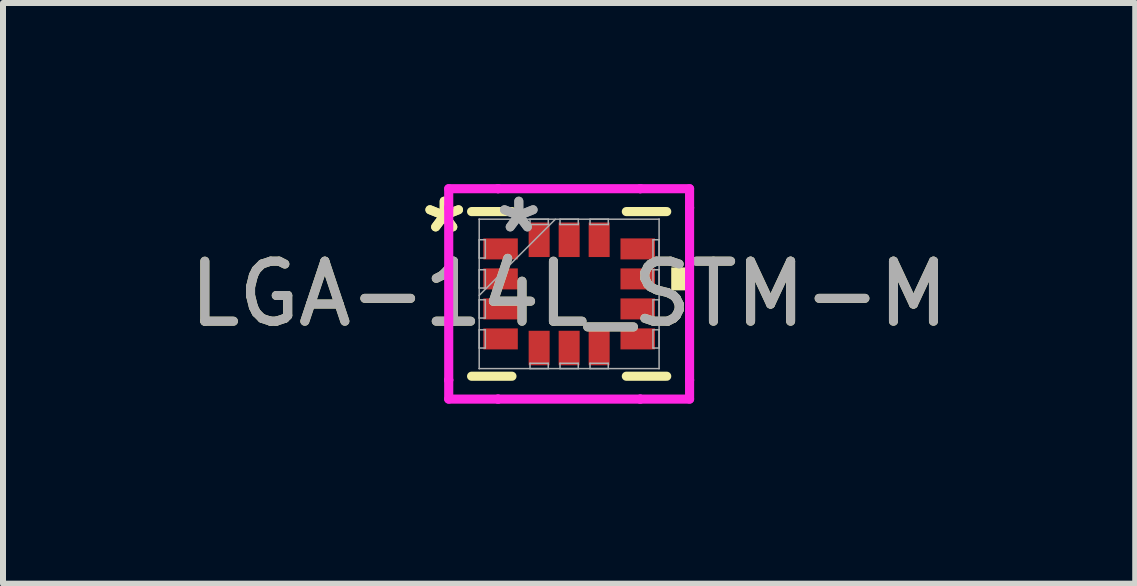
<source format=kicad_pcb>
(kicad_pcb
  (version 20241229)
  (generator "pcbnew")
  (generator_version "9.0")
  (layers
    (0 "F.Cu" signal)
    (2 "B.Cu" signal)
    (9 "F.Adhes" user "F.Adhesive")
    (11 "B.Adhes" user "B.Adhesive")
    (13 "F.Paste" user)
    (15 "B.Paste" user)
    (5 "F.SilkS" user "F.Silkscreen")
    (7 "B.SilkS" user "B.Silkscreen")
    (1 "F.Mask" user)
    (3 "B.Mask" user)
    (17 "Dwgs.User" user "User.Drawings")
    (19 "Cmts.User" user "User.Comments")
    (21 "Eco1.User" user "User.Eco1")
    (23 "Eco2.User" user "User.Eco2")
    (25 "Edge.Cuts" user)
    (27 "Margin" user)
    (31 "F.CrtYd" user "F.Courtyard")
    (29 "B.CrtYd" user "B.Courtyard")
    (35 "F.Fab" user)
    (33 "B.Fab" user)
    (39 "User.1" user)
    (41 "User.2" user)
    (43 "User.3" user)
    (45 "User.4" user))
  (footprint "LGA-14L_STM-M"
    (layer "F.Cu")
    (at 6.435 1.848)
    (property "Reference" "LGA-14L_STM-M" (at 0 0 0) (unlocked yes) (layer "F.SilkS") (effects (font (size 1 1) (thickness 0.15))))
    (attr smd)
    (fp_line (start -1.626 1.372) (end -0.953 1.372) (stroke (width 0.152) (type solid)) (layer "F.SilkS"))
    (fp_line (start -0.953 -1.372) (end -1.626 -1.372) (stroke (width 0.152) (type solid)) (layer "F.SilkS"))
    (fp_line (start 0.953 1.372) (end 1.626 1.372) (stroke (width 0.152) (type solid)) (layer "F.SilkS"))
    (fp_line (start 1.626 -1.372) (end 0.953 -1.372) (stroke (width 0.152) (type solid)) (layer "F.SilkS"))
    (fp_poly (pts (xy 1.955 -0.441) (xy 1.955 -0.059) (xy 1.701 -0.059) (xy 1.701 -0.441)) (stroke (width 0) (type solid)) (fill yes) (layer "F.SilkS"))
    (fp_line (start -2.007 -1.753) (end -1.185 -1.753) (stroke (width 0.152) (type solid)) (layer "F.CrtYd"))
    (fp_line (start -2.007 -1.435) (end -2.007 -1.753) (stroke (width 0.152) (type solid)) (layer "F.CrtYd"))
    (fp_line (start -2.007 -1.435) (end -2.007 -1.435) (stroke (width 0.152) (type solid)) (layer "F.CrtYd"))
    (fp_line (start -2.007 1.435) (end -2.007 -1.435) (stroke (width 0.152) (type solid)) (layer "F.CrtYd"))
    (fp_line (start -2.007 1.435) (end -2.007 1.435) (stroke (width 0.152) (type solid)) (layer "F.CrtYd"))
    (fp_line (start -2.007 1.753) (end -2.007 1.435) (stroke (width 0.152) (type solid)) (layer "F.CrtYd"))
    (fp_line (start -1.185 -1.753) (end -1.185 -1.753) (stroke (width 0.152) (type solid)) (layer "F.CrtYd"))
    (fp_line (start -1.185 -1.753) (end 1.185 -1.753) (stroke (width 0.152) (type solid)) (layer "F.CrtYd"))
    (fp_line (start -1.185 1.753) (end -2.007 1.753) (stroke (width 0.152) (type solid)) (layer "F.CrtYd"))
    (fp_line (start -1.185 1.753) (end -1.185 1.753) (stroke (width 0.152) (type solid)) (layer "F.CrtYd"))
    (fp_line (start 1.185 -1.753) (end 1.185 -1.753) (stroke (width 0.152) (type solid)) (layer "F.CrtYd"))
    (fp_line (start 1.185 -1.753) (end 2.007 -1.753) (stroke (width 0.152) (type solid)) (layer "F.CrtYd"))
    (fp_line (start 1.185 1.753) (end -1.185 1.753) (stroke (width 0.152) (type solid)) (layer "F.CrtYd"))
    (fp_line (start 1.185 1.753) (end 1.185 1.753) (stroke (width 0.152) (type solid)) (layer "F.CrtYd"))
    (fp_line (start 2.007 -1.753) (end 2.007 -1.435) (stroke (width 0.152) (type solid)) (layer "F.CrtYd"))
    (fp_line (start 2.007 -1.435) (end 2.007 -1.435) (stroke (width 0.152) (type solid)) (layer "F.CrtYd"))
    (fp_line (start 2.007 -1.435) (end 2.007 1.435) (stroke (width 0.152) (type solid)) (layer "F.CrtYd"))
    (fp_line (start 2.007 1.435) (end 2.007 1.435) (stroke (width 0.152) (type solid)) (layer "F.CrtYd"))
    (fp_line (start 2.007 1.435) (end 2.007 1.753) (stroke (width 0.152) (type solid)) (layer "F.CrtYd"))
    (fp_line (start 2.007 1.753) (end 1.185 1.753) (stroke (width 0.152) (type solid)) (layer "F.CrtYd"))
    (fp_line (start -1.499 -1.245) (end -1.499 -1.245) (stroke (width 0.025) (type solid)) (layer "F.Fab"))
    (fp_line (start -1.499 -1.245) (end -1.499 1.245) (stroke (width 0.025) (type solid)) (layer "F.Fab"))
    (fp_line (start -1.499 -0.902) (end -1.397 -0.902) (stroke (width 0.025) (type solid)) (layer "F.Fab"))
    (fp_line (start -1.499 -0.598) (end -1.499 -0.902) (stroke (width 0.025) (type solid)) (layer "F.Fab"))
    (fp_line (start -1.499 -0.402) (end -1.397 -0.402) (stroke (width 0.025) (type solid)) (layer "F.Fab"))
    (fp_line (start -1.499 -0.098) (end -1.499 -0.402) (stroke (width 0.025) (type solid)) (layer "F.Fab"))
    (fp_line (start -1.499 0.025) (end -0.229 -1.245) (stroke (width 0.025) (type solid)) (layer "F.Fab"))
    (fp_line (start -1.499 0.098) (end -1.397 0.098) (stroke (width 0.025) (type solid)) (layer "F.Fab"))
    (fp_line (start -1.499 0.402) (end -1.499 0.098) (stroke (width 0.025) (type solid)) (layer "F.Fab"))
    (fp_line (start -1.499 0.598) (end -1.397 0.598) (stroke (width 0.025) (type solid)) (layer "F.Fab"))
    (fp_line (start -1.499 0.902) (end -1.499 0.598) (stroke (width 0.025) (type solid)) (layer "F.Fab"))
    (fp_line (start -1.499 1.245) (end -1.499 1.245) (stroke (width 0.025) (type solid)) (layer "F.Fab"))
    (fp_line (start -1.499 1.245) (end 1.499 1.245) (stroke (width 0.025) (type solid)) (layer "F.Fab"))
    (fp_line (start -1.397 -0.902) (end -1.397 -0.598) (stroke (width 0.025) (type solid)) (layer "F.Fab"))
    (fp_line (start -1.397 -0.598) (end -1.499 -0.598) (stroke (width 0.025) (type solid)) (layer "F.Fab"))
    (fp_line (start -1.397 -0.402) (end -1.397 -0.098) (stroke (width 0.025) (type solid)) (layer "F.Fab"))
    (fp_line (start -1.397 -0.098) (end -1.499 -0.098) (stroke (width 0.025) (type solid)) (layer "F.Fab"))
    (fp_line (start -1.397 0.098) (end -1.397 0.402) (stroke (width 0.025) (type solid)) (layer "F.Fab"))
    (fp_line (start -1.397 0.402) (end -1.499 0.402) (stroke (width 0.025) (type solid)) (layer "F.Fab"))
    (fp_line (start -1.397 0.598) (end -1.397 0.902) (stroke (width 0.025) (type solid)) (layer "F.Fab"))
    (fp_line (start -1.397 0.902) (end -1.499 0.902) (stroke (width 0.025) (type solid)) (layer "F.Fab"))
    (fp_line (start -0.652 -1.245) (end -0.348 -1.245) (stroke (width 0.025) (type solid)) (layer "F.Fab"))
    (fp_line (start -0.652 -1.156) (end -0.652 -1.245) (stroke (width 0.025) (type solid)) (layer "F.Fab"))
    (fp_line (start -0.652 1.156) (end -0.348 1.156) (stroke (width 0.025) (type solid)) (layer "F.Fab"))
    (fp_line (start -0.652 1.245) (end -0.652 1.156) (stroke (width 0.025) (type solid)) (layer "F.Fab"))
    (fp_line (start -0.348 -1.245) (end -0.348 -1.156) (stroke (width 0.025) (type solid)) (layer "F.Fab"))
    (fp_line (start -0.348 -1.156) (end -0.652 -1.156) (stroke (width 0.025) (type solid)) (layer "F.Fab"))
    (fp_line (start -0.348 1.156) (end -0.348 1.245) (stroke (width 0.025) (type solid)) (layer "F.Fab"))
    (fp_line (start -0.348 1.245) (end -0.652 1.245) (stroke (width 0.025) (type solid)) (layer "F.Fab"))
    (fp_line (start -0.152 -1.245) (end 0.152 -1.245) (stroke (width 0.025) (type solid)) (layer "F.Fab"))
    (fp_line (start -0.152 -1.156) (end -0.152 -1.245) (stroke (width 0.025) (type solid)) (layer "F.Fab"))
    (fp_line (start -0.152 1.156) (end 0.152 1.156) (stroke (width 0.025) (type solid)) (layer "F.Fab"))
    (fp_line (start -0.152 1.245) (end -0.152 1.156) (stroke (width 0.025) (type solid)) (layer "F.Fab"))
    (fp_line (start 0.152 -1.245) (end 0.152 -1.156) (stroke (width 0.025) (type solid)) (layer "F.Fab"))
    (fp_line (start 0.152 -1.156) (end -0.152 -1.156) (stroke (width 0.025) (type solid)) (layer "F.Fab"))
    (fp_line (start 0.152 1.156) (end 0.152 1.245) (stroke (width 0.025) (type solid)) (layer "F.Fab"))
    (fp_line (start 0.152 1.245) (end -0.152 1.245) (stroke (width 0.025) (type solid)) (layer "F.Fab"))
    (fp_line (start 0.348 -1.245) (end 0.652 -1.245) (stroke (width 0.025) (type solid)) (layer "F.Fab"))
    (fp_line (start 0.348 -1.156) (end 0.348 -1.245) (stroke (width 0.025) (type solid)) (layer "F.Fab"))
    (fp_line (start 0.348 1.156) (end 0.652 1.156) (stroke (width 0.025) (type solid)) (layer "F.Fab"))
    (fp_line (start 0.348 1.245) (end 0.348 1.156) (stroke (width 0.025) (type solid)) (layer "F.Fab"))
    (fp_line (start 0.652 -1.245) (end 0.652 -1.156) (stroke (width 0.025) (type solid)) (layer "F.Fab"))
    (fp_line (start 0.652 -1.156) (end 0.348 -1.156) (stroke (width 0.025) (type solid)) (layer "F.Fab"))
    (fp_line (start 0.652 1.156) (end 0.652 1.245) (stroke (width 0.025) (type solid)) (layer "F.Fab"))
    (fp_line (start 0.652 1.245) (end 0.348 1.245) (stroke (width 0.025) (type solid)) (layer "F.Fab"))
    (fp_line (start 1.397 -0.902) (end 1.499 -0.902) (stroke (width 0.025) (type solid)) (layer "F.Fab"))
    (fp_line (start 1.397 -0.598) (end 1.397 -0.902) (stroke (width 0.025) (type solid)) (layer "F.Fab"))
    (fp_line (start 1.397 -0.402) (end 1.499 -0.402) (stroke (width 0.025) (type solid)) (layer "F.Fab"))
    (fp_line (start 1.397 -0.098) (end 1.397 -0.402) (stroke (width 0.025) (type solid)) (layer "F.Fab"))
    (fp_line (start 1.397 0.098) (end 1.499 0.098) (stroke (width 0.025) (type solid)) (layer "F.Fab"))
    (fp_line (start 1.397 0.402) (end 1.397 0.098) (stroke (width 0.025) (type solid)) (layer "F.Fab"))
    (fp_line (start 1.397 0.598) (end 1.499 0.598) (stroke (width 0.025) (type solid)) (layer "F.Fab"))
    (fp_line (start 1.397 0.902) (end 1.397 0.598) (stroke (width 0.025) (type solid)) (layer "F.Fab"))
    (fp_line (start 1.499 -1.245) (end -1.499 -1.245) (stroke (width 0.025) (type solid)) (layer "F.Fab"))
    (fp_line (start 1.499 -1.245) (end 1.499 -1.245) (stroke (width 0.025) (type solid)) (layer "F.Fab"))
    (fp_line (start 1.499 -0.902) (end 1.499 -0.598) (stroke (width 0.025) (type solid)) (layer "F.Fab"))
    (fp_line (start 1.499 -0.598) (end 1.397 -0.598) (stroke (width 0.025) (type solid)) (layer "F.Fab"))
    (fp_line (start 1.499 -0.402) (end 1.499 -0.098) (stroke (width 0.025) (type solid)) (layer "F.Fab"))
    (fp_line (start 1.499 -0.098) (end 1.397 -0.098) (stroke (width 0.025) (type solid)) (layer "F.Fab"))
    (fp_line (start 1.499 0.098) (end 1.499 0.402) (stroke (width 0.025) (type solid)) (layer "F.Fab"))
    (fp_line (start 1.499 0.402) (end 1.397 0.402) (stroke (width 0.025) (type solid)) (layer "F.Fab"))
    (fp_line (start 1.499 0.598) (end 1.499 0.902) (stroke (width 0.025) (type solid)) (layer "F.Fab"))
    (fp_line (start 1.499 0.902) (end 1.397 0.902) (stroke (width 0.025) (type solid)) (layer "F.Fab"))
    (fp_line (start 1.499 1.245) (end 1.499 -1.245) (stroke (width 0.025) (type solid)) (layer "F.Fab"))
    (fp_line (start 1.499 1.245) (end 1.499 1.245) (stroke (width 0.025) (type solid)) (layer "F.Fab"))
    (fp_text user "*" (at -2.082 -1 0) (layer "F.SilkS") (effects (font (size 1 1) (thickness 0.15))))
    (fp_text user "*" (at -2.082 -1 0) (unlocked yes) (layer "F.SilkS") (effects (font (size 1 1) (thickness 0.15))))
    (fp_text user "*" (at -0.839 -1 0) (layer "F.Fab") (effects (font (size 1 1) (thickness 0.15))))
    (fp_text user "${REFERENCE}" (at 0 0 0) (unlocked yes) (layer "F.Fab") (effects (font (size 1 1) (thickness 0.15))))
    (fp_text user "*" (at -0.839 -1 0) (unlocked yes) (layer "F.Fab") (effects (font (size 1 1) (thickness 0.15))))
    (pad "1" smd rect (at -1.143 -0.75 90) (size 0.35 0.575) (layers "F.Cu" "F.Mask" "F.Paste"))
    (pad "2" smd rect (at -1.143 -0.25 90) (size 0.35 0.575) (layers "F.Cu" "F.Mask" "F.Paste"))
    (pad "3" smd rect (at -1.143 0.25 90) (size 0.35 0.575) (layers "F.Cu" "F.Mask" "F.Paste"))
    (pad "4" smd rect (at -1.143 0.75 90) (size 0.35 0.575) (layers "F.Cu" "F.Mask" "F.Paste"))
    (pad "5" smd rect (at -0.5 0.902) (size 0.35 0.575) (layers "F.Cu" "F.Mask" "F.Paste"))
    (pad "6" smd rect (at 0 0.902) (size 0.35 0.575) (layers "F.Cu" "F.Mask" "F.Paste"))
    (pad "7" smd rect (at 0.5 0.902) (size 0.35 0.575) (layers "F.Cu" "F.Mask" "F.Paste"))
    (pad "8" smd rect (at 1.143 0.75 90) (size 0.35 0.575) (layers "F.Cu" "F.Mask" "F.Paste"))
    (pad "9" smd rect (at 1.143 0.25 90) (size 0.35 0.575) (layers "F.Cu" "F.Mask" "F.Paste"))
    (pad "10" smd rect (at 1.143 -0.25 90) (size 0.35 0.575) (layers "F.Cu" "F.Mask" "F.Paste"))
    (pad "11" smd rect (at 1.143 -0.75 90) (size 0.35 0.575) (layers "F.Cu" "F.Mask" "F.Paste"))
    (pad "12" smd rect (at 0.5 -0.902) (size 0.35 0.575) (layers "F.Cu" "F.Mask" "F.Paste"))
    (pad "13" smd rect (at 0 -0.902) (size 0.35 0.575) (layers "F.Cu" "F.Mask" "F.Paste"))
    (pad "14" smd rect (at -0.5 -0.902) (size 0.35 0.575) (layers "F.Cu" "F.Mask" "F.Paste")))
  (gr_rect
    (start -3 -3)
    (end 15.869 6.677)
    (stroke (width 0.1) (type default))
    (fill no)
    (layer "Edge.Cuts")))
</source>
